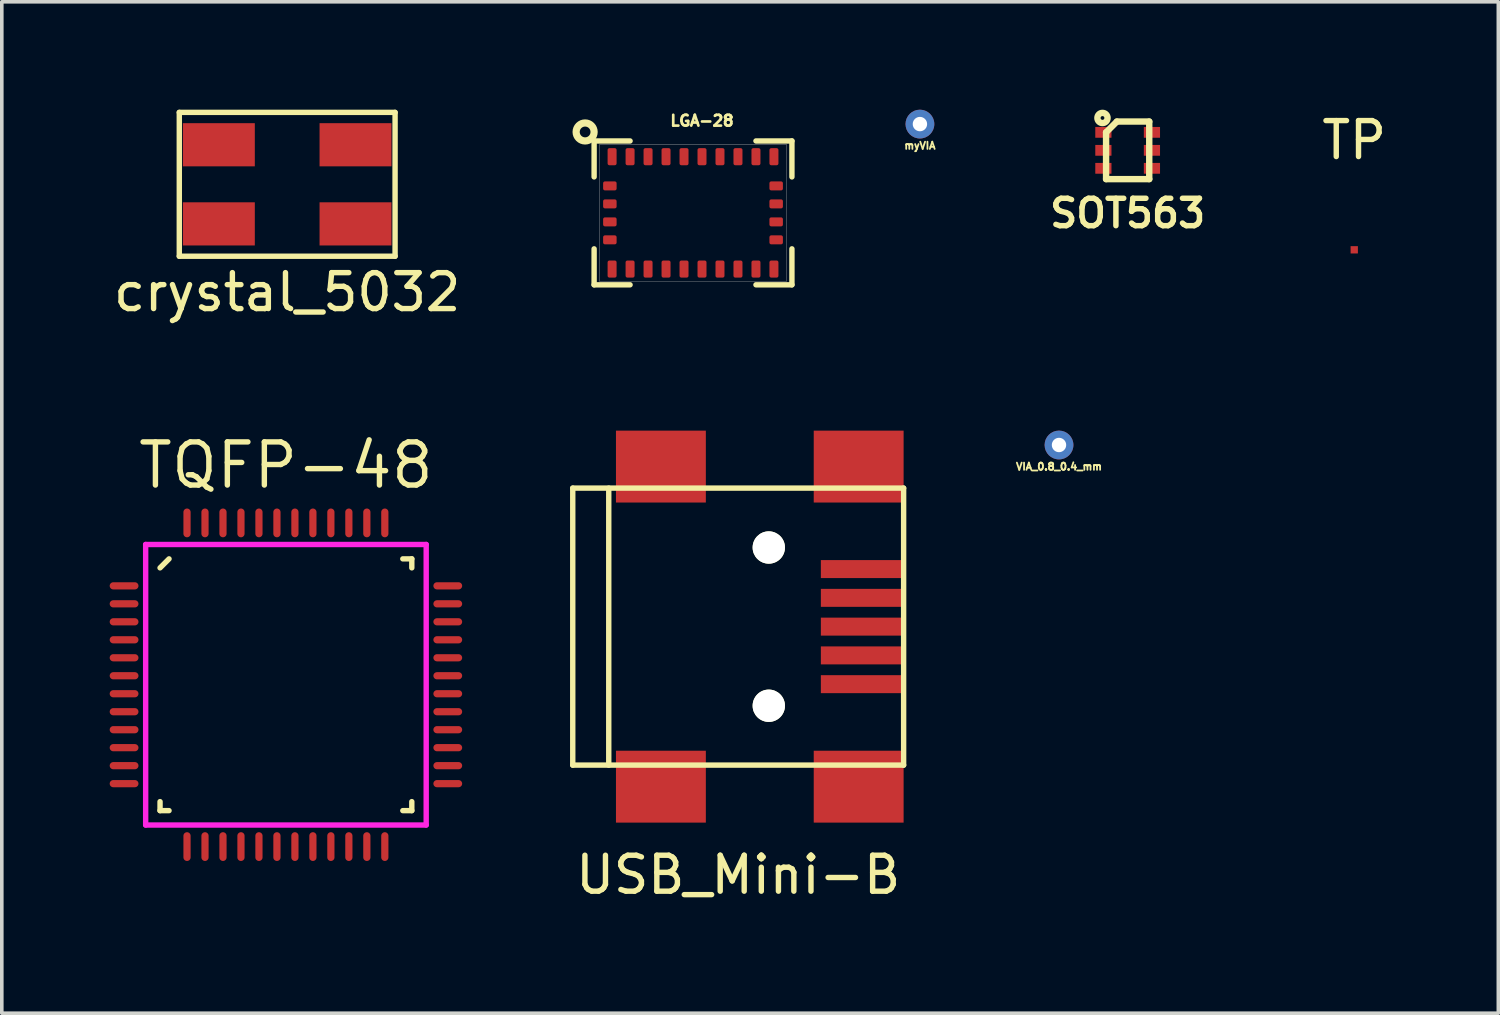
<source format=kicad_pcb>
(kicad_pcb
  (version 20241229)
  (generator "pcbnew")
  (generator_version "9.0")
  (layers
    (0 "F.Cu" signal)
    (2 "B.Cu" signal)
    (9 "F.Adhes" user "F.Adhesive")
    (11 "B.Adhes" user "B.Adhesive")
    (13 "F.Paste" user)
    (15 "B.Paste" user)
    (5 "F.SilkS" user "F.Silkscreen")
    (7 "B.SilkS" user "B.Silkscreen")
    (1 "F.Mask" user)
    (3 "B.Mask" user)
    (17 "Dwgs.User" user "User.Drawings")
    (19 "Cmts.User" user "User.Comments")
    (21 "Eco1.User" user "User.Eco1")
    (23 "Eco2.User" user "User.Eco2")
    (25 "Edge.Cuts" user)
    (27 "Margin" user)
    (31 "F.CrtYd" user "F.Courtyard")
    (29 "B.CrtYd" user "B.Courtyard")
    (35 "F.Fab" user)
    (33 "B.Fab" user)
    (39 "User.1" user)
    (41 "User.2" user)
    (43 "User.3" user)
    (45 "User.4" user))
  (footprint "crystal_5032"
    (layer "F.Cu")
    (at 4.935 2.075)
    (property "Reference" "crystal_5032" (at 0 3 0) (layer "F.SilkS") (effects (font (size 1 1) (thickness 0.15))))
    (attr through_hole)
    (fp_line (start -3 -2) (end 3 -2) (stroke (width 0.15) (type solid)) (layer "F.SilkS"))
    (fp_line (start -3 2) (end -3 -2) (stroke (width 0.15) (type solid)) (layer "F.SilkS"))
    (fp_line (start 3 -2) (end 3 2) (stroke (width 0.15) (type solid)) (layer "F.SilkS"))
    (fp_line (start 3 2) (end -3 2) (stroke (width 0.15) (type solid)) (layer "F.SilkS"))
    (pad "1" smd rect (at -1.9 1.1) (size 2 1.2) (layers "F.Cu" "F.Mask" "F.Paste"))
    (pad "2" smd rect (at 1.9 1.1) (size 2 1.2) (layers "F.Cu" "F.Mask" "F.Paste"))
    (pad "3" smd rect (at 1.9 -1.1) (size 2 1.2) (layers "F.Cu" "F.Mask" "F.Paste"))
    (pad "4" smd rect (at -1.9 -1.1) (size 2 1.2) (layers "F.Cu" "F.Mask" "F.Paste")))
  (footprint "USB_Mini-B"
    (layer "F.Cu")
    (at 17.475 14.373)
    (property "Reference" "USB_Mini-B" (at 0 6.901 0) (layer "F.SilkS") (effects (font (size 1 1) (thickness 0.15))))
    (attr through_hole)
    (fp_line (start -4.6 -3.851) (end -4.6 3.851) (stroke (width 0.15) (type solid)) (layer "F.SilkS"))
    (fp_line (start -4.6 3.851) (end 4.6 3.851) (stroke (width 0.15) (type solid)) (layer "F.SilkS"))
    (fp_line (start -3.599 -3.851) (end -3.599 3.851) (stroke (width 0.15) (type solid)) (layer "F.SilkS"))
    (fp_line (start 4.6 -3.851) (end -4.6 -3.851) (stroke (width 0.15) (type solid)) (layer "F.SilkS"))
    (fp_line (start 4.6 3.851) (end 4.6 -3.851) (stroke (width 0.15) (type solid)) (layer "F.SilkS"))
    (pad "" np_thru_hole circle (at 0.851 -2.2) (size 0.899 0.899) (drill 0.899) (layers "*.Cu" "*.Mask" "F.SilkS"))
    (pad "" np_thru_hole circle (at 0.851 2.2) (size 0.899 0.899) (drill 0.899) (layers "*.Cu" "*.Mask" "F.SilkS"))
    (pad "1" smd rect (at 3.449 -1.6) (size 2.301 0.5) (layers "F.Cu" "F.Mask" "F.Paste"))
    (pad "2" smd rect (at 3.449 -0.8) (size 2.301 0.5) (layers "F.Cu" "F.Mask" "F.Paste"))
    (pad "3" smd rect (at 3.449 0) (size 2.301 0.5) (layers "F.Cu" "F.Mask" "F.Paste"))
    (pad "4" smd rect (at 3.449 0.8) (size 2.301 0.5) (layers "F.Cu" "F.Mask" "F.Paste"))
    (pad "5" smd rect (at 3.449 1.6) (size 2.301 0.5) (layers "F.Cu" "F.Mask" "F.Paste"))
    (pad "6" smd rect (at 3.35 -4.45) (size 2.499 1.999) (layers "F.Cu" "F.Mask" "F.Paste"))
    (pad "7" smd rect (at -2.149 -4.45) (size 2.499 1.999) (layers "F.Cu" "F.Mask" "F.Paste"))
    (pad "8" smd rect (at 3.35 4.45) (size 2.499 1.999) (layers "F.Cu" "F.Mask" "F.Paste"))
    (pad "9" smd rect (at -2.149 4.45) (size 2.499 1.999) (layers "F.Cu" "F.Mask" "F.Paste")))
  (footprint "VIA_0.8_0.4_mm"
    (layer "F.Cu")
    (at 26.395 9.323)
    (property "Reference" "VIA_0.8_0.4_mm" (at 0 0.6 0) (layer "F.SilkS") (effects (font (size 0.2 0.2) (thickness 0.05))))
    (attr through_hole)
    (pad "1" thru_hole circle (at 0 0) (size 0.8 0.8) (drill 0.4) (layers "*.Cu")))
  (footprint "LGA-28"
    (layer "F.Cu")
    (at 16.219 2.869)
    (property "Reference" "LGA-28" (at 0.25 -2.562 0) (layer "F.SilkS") (effects (font (size 0.3 0.3) (thickness 0.075))))
    (attr smd)
    (fp_line (start -2.75 -2) (end -2.75 -1) (stroke (width 0.15) (type solid)) (layer "F.SilkS"))
    (fp_line (start -2.75 1) (end -2.75 2) (stroke (width 0.15) (type solid)) (layer "F.SilkS"))
    (fp_line (start -1.75 -2) (end -2.75 -2) (stroke (width 0.15) (type solid)) (layer "F.SilkS"))
    (fp_line (start -1.75 2) (end -2.75 2) (stroke (width 0.15) (type solid)) (layer "F.SilkS"))
    (fp_line (start 1.75 -2) (end 2.75 -2) (stroke (width 0.15) (type solid)) (layer "F.SilkS"))
    (fp_line (start 2.75 -1) (end 2.75 -2) (stroke (width 0.15) (type solid)) (layer "F.SilkS"))
    (fp_line (start 2.75 2) (end 1.75 2) (stroke (width 0.15) (type solid)) (layer "F.SilkS"))
    (fp_line (start 2.75 2) (end 2.75 1) (stroke (width 0.15) (type solid)) (layer "F.SilkS"))
    (fp_circle (center -3 -2.25) (end -2.75 -2.25) (stroke (width 0.2) (type solid)) (fill no) (layer "F.SilkS"))
    (fp_line (start -2.6 -1.9) (end 2.6 -1.9) (stroke (width 0.01) (type solid)) (layer "F.Fab"))
    (fp_line (start -2.6 1.9) (end -2.6 -1.9) (stroke (width 0.01) (type solid)) (layer "F.Fab"))
    (fp_line (start 2.6 1.9) (end -2.6 1.9) (stroke (width 0.01) (type solid)) (layer "F.Fab"))
    (fp_line (start 2.6 1.9) (end 2.6 -1.9) (stroke (width 0.01) (type solid)) (layer "F.Fab"))
    (pad "1" smd roundrect (at -2.25 -1.562 180) (size 0.25 0.475) (layers "F.Cu" "F.Mask" "F.Paste") (roundrect_rratio 0.2))
    (pad "2" smd roundrect (at -2.312 -0.75 90) (size 0.25 0.375) (layers "F.Cu" "F.Mask" "F.Paste") (roundrect_rratio 0.2))
    (pad "3" smd roundrect (at -2.312 -0.25 90) (size 0.25 0.375) (layers "F.Cu" "F.Mask" "F.Paste") (roundrect_rratio 0.2))
    (pad "4" smd roundrect (at -2.312 0.25 90) (size 0.25 0.375) (layers "F.Cu" "F.Mask" "F.Paste") (roundrect_rratio 0.2))
    (pad "5" smd roundrect (at -2.312 0.75 90) (size 0.25 0.375) (layers "F.Cu" "F.Mask" "F.Paste") (roundrect_rratio 0.2))
    (pad "6" smd roundrect (at -2.25 1.562 180) (size 0.25 0.475) (layers "F.Cu" "F.Mask" "F.Paste") (roundrect_rratio 0.2))
    (pad "7" smd roundrect (at -1.75 1.562 180) (size 0.25 0.475) (layers "F.Cu" "F.Mask" "F.Paste") (roundrect_rratio 0.2))
    (pad "8" smd roundrect (at -1.25 1.562 180) (size 0.25 0.475) (layers "F.Cu" "F.Mask" "F.Paste") (roundrect_rratio 0.2))
    (pad "9" smd roundrect (at -0.75 1.562 180) (size 0.25 0.475) (layers "F.Cu" "F.Mask" "F.Paste") (roundrect_rratio 0.2))
    (pad "10" smd roundrect (at -0.25 1.562 180) (size 0.25 0.475) (layers "F.Cu" "F.Mask" "F.Paste") (roundrect_rratio 0.2))
    (pad "11" smd roundrect (at 0.25 1.562 180) (size 0.25 0.475) (layers "F.Cu" "F.Mask" "F.Paste") (roundrect_rratio 0.2))
    (pad "12" smd roundrect (at 0.75 1.562 180) (size 0.25 0.475) (layers "F.Cu" "F.Mask" "F.Paste") (roundrect_rratio 0.2))
    (pad "13" smd roundrect (at 1.25 1.562 180) (size 0.25 0.475) (layers "F.Cu" "F.Mask" "F.Paste") (roundrect_rratio 0.2))
    (pad "14" smd roundrect (at 1.75 1.562 180) (size 0.25 0.475) (layers "F.Cu" "F.Mask" "F.Paste") (roundrect_rratio 0.2))
    (pad "15" smd roundrect (at 2.25 1.562 180) (size 0.25 0.475) (layers "F.Cu" "F.Mask" "F.Paste") (roundrect_rratio 0.2))
    (pad "16" smd roundrect (at 2.312 0.75 270) (size 0.25 0.375) (layers "F.Cu" "F.Mask" "F.Paste") (roundrect_rratio 0.2))
    (pad "17" smd roundrect (at 2.312 0.25 270) (size 0.25 0.375) (layers "F.Cu" "F.Mask" "F.Paste") (roundrect_rratio 0.2))
    (pad "18" smd roundrect (at 2.312 -0.25 270) (size 0.25 0.375) (layers "F.Cu" "F.Mask" "F.Paste") (roundrect_rratio 0.2))
    (pad "19" smd roundrect (at 2.312 -0.75 270) (size 0.25 0.375) (layers "F.Cu" "F.Mask" "F.Paste") (roundrect_rratio 0.2))
    (pad "20" smd roundrect (at 2.25 -1.562) (size 0.25 0.475) (layers "F.Cu" "F.Mask" "F.Paste") (roundrect_rratio 0.2))
    (pad "21" smd roundrect (at 1.75 -1.562) (size 0.25 0.475) (layers "F.Cu" "F.Mask" "F.Paste") (roundrect_rratio 0.2))
    (pad "22" smd roundrect (at 1.25 -1.562) (size 0.25 0.475) (layers "F.Cu" "F.Mask" "F.Paste") (roundrect_rratio 0.2))
    (pad "23" smd roundrect (at 0.75 -1.562) (size 0.25 0.475) (layers "F.Cu" "F.Mask" "F.Paste") (roundrect_rratio 0.2))
    (pad "24" smd roundrect (at 0.25 -1.562) (size 0.25 0.475) (layers "F.Cu" "F.Mask" "F.Paste") (roundrect_rratio 0.2))
    (pad "25" smd roundrect (at -0.25 -1.562) (size 0.25 0.475) (layers "F.Cu" "F.Mask" "F.Paste") (roundrect_rratio 0.2))
    (pad "26" smd roundrect (at -0.75 -1.562) (size 0.25 0.475) (layers "F.Cu" "F.Mask" "F.Paste") (roundrect_rratio 0.2))
    (pad "27" smd roundrect (at -1.25 -1.562) (size 0.25 0.475) (layers "F.Cu" "F.Mask" "F.Paste") (roundrect_rratio 0.2))
    (pad "28" smd roundrect (at -1.75 -1.562) (size 0.25 0.475) (layers "F.Cu" "F.Mask" "F.Paste") (roundrect_rratio 0.2)))
  (footprint "TP"
    (layer "F.Cu")
    (at 34.604 3.896)
    (property "Reference" "TP" (at 0 -3.048 0) (layer "F.SilkS") (effects (font (size 1 1) (thickness 0.15))))
    (attr through_hole)
    (pad "1" smd rect (at 0 0) (size 0.203 0.203) (layers "F.Cu" "F.Mask" "F.Paste")))
  (footprint "SOT563"
    (layer "F.Cu")
    (at 28.304 1.13)
    (property "Reference" "SOT563" (at 0 1.75 0) (layer "F.SilkS") (effects (font (size 0.762 0.762) (thickness 0.152))))
    (attr smd)
    (fp_line (start -0.6 -0.5) (end -0.6 0.8) (stroke (width 0.178) (type solid)) (layer "F.SilkS"))
    (fp_line (start -0.6 -0.5) (end -0.3 -0.8) (stroke (width 0.178) (type solid)) (layer "F.SilkS"))
    (fp_line (start -0.6 0.8) (end 0.6 0.8) (stroke (width 0.178) (type solid)) (layer "F.SilkS"))
    (fp_line (start -0.3 -0.8) (end 0.6 -0.8) (stroke (width 0.178) (type solid)) (layer "F.SilkS"))
    (fp_line (start 0.6 0.8) (end 0.6 -0.8) (stroke (width 0.178) (type solid)) (layer "F.SilkS"))
    (fp_circle (center -0.7 -0.9) (end -0.8 -1) (stroke (width 0.178) (type solid)) (fill no) (layer "F.SilkS"))
    (pad "1" smd rect (at -0.675 -0.5) (size 0.45 0.3) (layers "F.Cu" "F.Mask" "F.Paste"))
    (pad "2" smd rect (at -0.675 0) (size 0.45 0.3) (layers "F.Cu" "F.Mask" "F.Paste"))
    (pad "3" smd rect (at -0.675 0.5) (size 0.45 0.3) (layers "F.Cu" "F.Mask" "F.Paste"))
    (pad "4" smd rect (at 0.675 0.5) (size 0.45 0.3) (layers "F.Cu" "F.Mask" "F.Paste"))
    (pad "5" smd rect (at 0.675 0) (size 0.45 0.3) (layers "F.Cu" "F.Mask" "F.Paste"))
    (pad "6" smd rect (at 0.675 -0.5) (size 0.45 0.3) (layers "F.Cu" "F.Mask" "F.Paste")))
  (footprint "TQFP-48"
    (layer "F.Cu")
    (at 4.9 15.989)
    (property "Reference" "TQFP-48" (at 0 -6.1 0) (layer "F.SilkS") (effects (font (size 1.2 1.2) (thickness 0.15))))
    (attr through_hole)
    (fp_line (start -3.5 -3.25) (end -3.25 -3.5) (stroke (width 0.15) (type solid)) (layer "F.SilkS"))
    (fp_line (start -3.5 3.5) (end -3.5 3.25) (stroke (width 0.15) (type solid)) (layer "F.SilkS"))
    (fp_line (start -3.25 3.5) (end -3.5 3.5) (stroke (width 0.15) (type solid)) (layer "F.SilkS"))
    (fp_line (start 3.25 -3.5) (end 3.5 -3.5) (stroke (width 0.15) (type solid)) (layer "F.SilkS"))
    (fp_line (start 3.25 3.5) (end 3.5 3.5) (stroke (width 0.15) (type solid)) (layer "F.SilkS"))
    (fp_line (start 3.5 -3.5) (end 3.5 -3.25) (stroke (width 0.15) (type solid)) (layer "F.SilkS"))
    (fp_line (start 3.5 3.5) (end 3.5 3.25) (stroke (width 0.15) (type solid)) (layer "F.SilkS"))
    (fp_line (start -3.9 -3.9) (end 3.9 -3.9) (stroke (width 0.15) (type solid)) (layer "F.CrtYd"))
    (fp_line (start -3.9 3.9) (end -3.9 -3.9) (stroke (width 0.15) (type solid)) (layer "F.CrtYd"))
    (fp_line (start 3.9 -3.9) (end 3.9 3.9) (stroke (width 0.15) (type solid)) (layer "F.CrtYd"))
    (fp_line (start 3.9 3.9) (end -3.9 3.9) (stroke (width 0.15) (type solid)) (layer "F.CrtYd"))
    (pad "1" smd oval (at -4.5 -2.75 90) (size 0.2 0.8) (layers "F.Cu" "F.Mask" "F.Paste"))
    (pad "2" smd oval (at -4.5 -2.25 90) (size 0.2 0.8) (layers "F.Cu" "F.Mask" "F.Paste"))
    (pad "3" smd oval (at -4.5 -1.75 90) (size 0.2 0.8) (layers "F.Cu" "F.Mask" "F.Paste"))
    (pad "4" smd oval (at -4.5 -1.25 90) (size 0.2 0.8) (layers "F.Cu" "F.Mask" "F.Paste"))
    (pad "5" smd oval (at -4.5 -0.75 90) (size 0.2 0.8) (layers "F.Cu" "F.Mask" "F.Paste"))
    (pad "6" smd oval (at -4.5 -0.25 90) (size 0.2 0.8) (layers "F.Cu" "F.Mask" "F.Paste"))
    (pad "7" smd oval (at -4.5 0.25 90) (size 0.2 0.8) (layers "F.Cu" "F.Mask" "F.Paste"))
    (pad "8" smd oval (at -4.5 0.75 90) (size 0.2 0.8) (layers "F.Cu" "F.Mask" "F.Paste"))
    (pad "9" smd oval (at -4.5 1.25 90) (size 0.2 0.8) (layers "F.Cu" "F.Mask" "F.Paste"))
    (pad "10" smd oval (at -4.5 1.75 90) (size 0.2 0.8) (layers "F.Cu" "F.Mask" "F.Paste"))
    (pad "11" smd oval (at -4.5 2.25 90) (size 0.2 0.8) (layers "F.Cu" "F.Mask" "F.Paste"))
    (pad "12" smd oval (at -4.5 2.75 90) (size 0.2 0.8) (layers "F.Cu" "F.Mask" "F.Paste"))
    (pad "13" smd oval (at -2.75 4.5) (size 0.2 0.8) (layers "F.Cu" "F.Mask" "F.Paste"))
    (pad "14" smd oval (at -2.25 4.5) (size 0.2 0.8) (layers "F.Cu" "F.Mask" "F.Paste"))
    (pad "15" smd oval (at -1.75 4.5) (size 0.2 0.8) (layers "F.Cu" "F.Mask" "F.Paste"))
    (pad "16" smd oval (at -1.25 4.5) (size 0.2 0.8) (layers "F.Cu" "F.Mask" "F.Paste"))
    (pad "17" smd oval (at -0.75 4.5) (size 0.2 0.8) (layers "F.Cu" "F.Mask" "F.Paste"))
    (pad "18" smd oval (at -0.25 4.5) (size 0.2 0.8) (layers "F.Cu" "F.Mask" "F.Paste"))
    (pad "19" smd oval (at 0.25 4.5) (size 0.2 0.8) (layers "F.Cu" "F.Mask" "F.Paste"))
    (pad "20" smd oval (at 0.75 4.5) (size 0.2 0.8) (layers "F.Cu" "F.Mask" "F.Paste"))
    (pad "21" smd oval (at 1.25 4.5) (size 0.2 0.8) (layers "F.Cu" "F.Mask" "F.Paste"))
    (pad "22" smd oval (at 1.75 4.5) (size 0.2 0.8) (layers "F.Cu" "F.Mask" "F.Paste"))
    (pad "23" smd oval (at 2.25 4.5) (size 0.2 0.8) (layers "F.Cu" "F.Mask" "F.Paste"))
    (pad "24" smd oval (at 2.75 4.5) (size 0.2 0.8) (layers "F.Cu" "F.Mask" "F.Paste"))
    (pad "25" smd oval (at 4.5 2.75 90) (size 0.2 0.8) (layers "F.Cu" "F.Mask" "F.Paste"))
    (pad "26" smd oval (at 4.5 2.25 90) (size 0.2 0.8) (layers "F.Cu" "F.Mask" "F.Paste"))
    (pad "27" smd oval (at 4.5 1.75 90) (size 0.2 0.8) (layers "F.Cu" "F.Mask" "F.Paste"))
    (pad "28" smd oval (at 4.5 1.25 90) (size 0.2 0.8) (layers "F.Cu" "F.Mask" "F.Paste"))
    (pad "29" smd oval (at 4.5 0.75 90) (size 0.2 0.8) (layers "F.Cu" "F.Mask" "F.Paste"))
    (pad "30" smd oval (at 4.5 0.25 90) (size 0.2 0.8) (layers "F.Cu" "F.Mask" "F.Paste"))
    (pad "31" smd oval (at 4.5 -0.25 90) (size 0.2 0.8) (layers "F.Cu" "F.Mask" "F.Paste"))
    (pad "32" smd oval (at 4.5 -0.75 90) (size 0.2 0.8) (layers "F.Cu" "F.Mask" "F.Paste"))
    (pad "33" smd oval (at 4.5 -1.25 90) (size 0.2 0.8) (layers "F.Cu" "F.Mask" "F.Paste"))
    (pad "34" smd oval (at 4.5 -1.75 90) (size 0.2 0.8) (layers "F.Cu" "F.Mask" "F.Paste"))
    (pad "35" smd oval (at 4.5 -2.25 90) (size 0.2 0.8) (layers "F.Cu" "F.Mask" "F.Paste"))
    (pad "36" smd oval (at 4.5 -2.75 90) (size 0.2 0.8) (layers "F.Cu" "F.Mask" "F.Paste"))
    (pad "37" smd oval (at 2.75 -4.5) (size 0.2 0.8) (layers "F.Cu" "F.Mask" "F.Paste"))
    (pad "38" smd oval (at 2.25 -4.5) (size 0.2 0.8) (layers "F.Cu" "F.Mask" "F.Paste"))
    (pad "39" smd oval (at 1.75 -4.5) (size 0.2 0.8) (layers "F.Cu" "F.Mask" "F.Paste"))
    (pad "40" smd oval (at 1.25 -4.5) (size 0.2 0.8) (layers "F.Cu" "F.Mask" "F.Paste"))
    (pad "41" smd oval (at 0.75 -4.5) (size 0.2 0.8) (layers "F.Cu" "F.Mask" "F.Paste"))
    (pad "42" smd oval (at 0.25 -4.5) (size 0.2 0.8) (layers "F.Cu" "F.Mask" "F.Paste"))
    (pad "43" smd oval (at -0.25 -4.5) (size 0.2 0.8) (layers "F.Cu" "F.Mask" "F.Paste"))
    (pad "44" smd oval (at -0.75 -4.5) (size 0.2 0.8) (layers "F.Cu" "F.Mask" "F.Paste"))
    (pad "45" smd oval (at -1.25 -4.5) (size 0.2 0.8) (layers "F.Cu" "F.Mask" "F.Paste"))
    (pad "46" smd oval (at -1.75 -4.5) (size 0.2 0.8) (layers "F.Cu" "F.Mask" "F.Paste"))
    (pad "47" smd oval (at -2.25 -4.5) (size 0.2 0.8) (layers "F.Cu" "F.Mask" "F.Paste"))
    (pad "48" smd oval (at -2.75 -4.5) (size 0.2 0.8) (layers "F.Cu" "F.Mask" "F.Paste")))
  (footprint "myVIA"
    (layer "F.Cu")
    (at 22.528 0.4)
    (property "Reference" "myVIA" (at 0 0.6 0) (layer "F.SilkS") (effects (font (size 0.2 0.2) (thickness 0.05))))
    (attr through_hole)
    (pad "1" thru_hole circle (at 0 0) (size 0.8 0.8) (drill 0.4) (layers "*.Cu")))
  (gr_rect
    (start -3 -3)
    (end 38.61 25.122)
    (stroke (width 0.1) (type default))
    (fill no)
    (layer "Edge.Cuts")))
</source>
